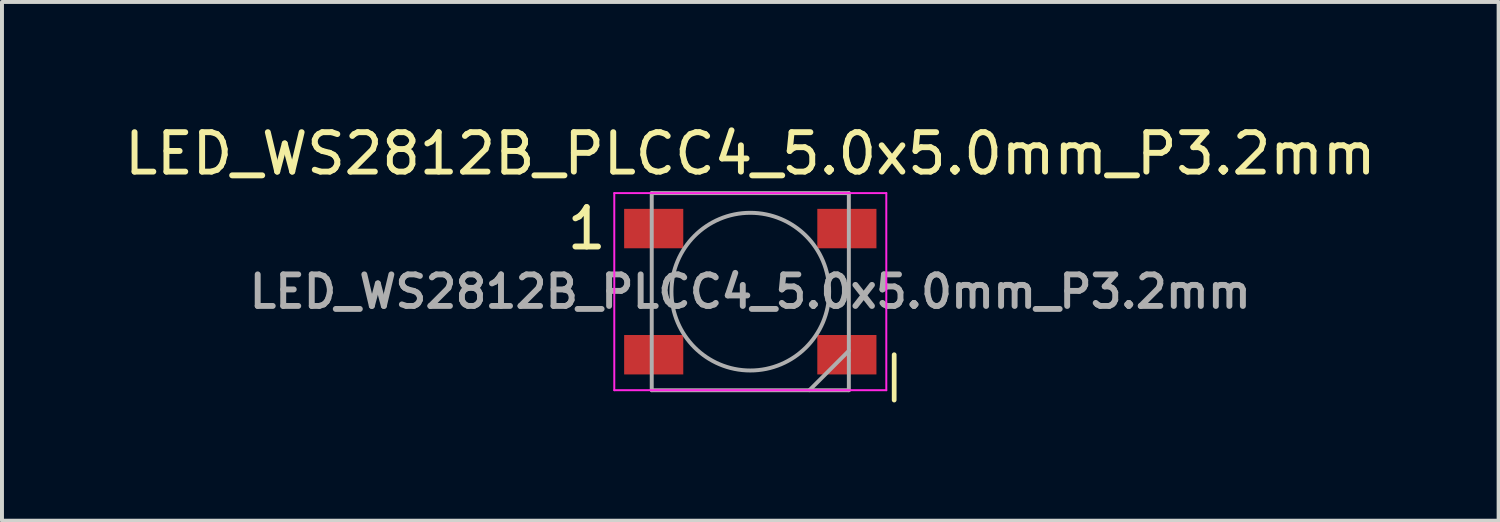
<source format=kicad_pcb>
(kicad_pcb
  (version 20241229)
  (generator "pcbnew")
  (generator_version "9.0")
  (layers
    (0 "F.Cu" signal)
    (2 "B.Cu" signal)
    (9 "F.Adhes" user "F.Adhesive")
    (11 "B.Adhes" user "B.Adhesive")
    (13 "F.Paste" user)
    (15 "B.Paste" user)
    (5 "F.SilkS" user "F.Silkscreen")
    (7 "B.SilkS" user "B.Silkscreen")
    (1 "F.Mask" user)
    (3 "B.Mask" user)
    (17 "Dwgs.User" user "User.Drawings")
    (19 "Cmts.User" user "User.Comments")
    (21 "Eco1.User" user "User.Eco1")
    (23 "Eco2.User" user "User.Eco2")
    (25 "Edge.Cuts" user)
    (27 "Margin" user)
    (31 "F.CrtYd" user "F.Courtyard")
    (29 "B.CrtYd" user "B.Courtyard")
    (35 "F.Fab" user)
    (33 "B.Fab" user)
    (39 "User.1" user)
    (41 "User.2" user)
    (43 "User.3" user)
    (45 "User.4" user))
  (footprint "LED_WS2812B_PLCC4_5.0x5.0mm_P3.2mm"
    (layer "F.Cu")
    (at 15.982 4.348)
    (property "Reference" "LED_WS2812B_PLCC4_5.0x5.0mm_P3.2mm" (at 0 -3.5 0) (layer "F.SilkS") (effects (font (size 1 1) (thickness 0.15))))
    (attr smd)
    (fp_line (start 3.65 2.75) (end 3.65 1.6) (stroke (width 0.12) (type solid)) (layer "F.SilkS"))
    (fp_line (start -3.45 -2.5) (end -3.45 2.5) (stroke (width 0.05) (type solid)) (layer "F.CrtYd"))
    (fp_line (start -3.45 2.5) (end 3.45 2.5) (stroke (width 0.05) (type solid)) (layer "F.CrtYd"))
    (fp_line (start 3.45 -2.5) (end -3.45 -2.5) (stroke (width 0.05) (type solid)) (layer "F.CrtYd"))
    (fp_line (start 3.45 2.5) (end 3.45 -2.5) (stroke (width 0.05) (type solid)) (layer "F.CrtYd"))
    (fp_line (start -2.5 -2.5) (end -2.5 2.5) (stroke (width 0.1) (type solid)) (layer "F.Fab"))
    (fp_line (start -2.5 2.5) (end 2.5 2.5) (stroke (width 0.1) (type solid)) (layer "F.Fab"))
    (fp_line (start 2.5 -2.5) (end -2.5 -2.5) (stroke (width 0.1) (type solid)) (layer "F.Fab"))
    (fp_line (start 2.5 1.5) (end 1.5 2.5) (stroke (width 0.1) (type solid)) (layer "F.Fab"))
    (fp_line (start 2.5 2.5) (end 2.5 -2.5) (stroke (width 0.1) (type solid)) (layer "F.Fab"))
    (fp_circle (center 0 0) (end 0 -2) (stroke (width 0.1) (type solid)) (fill no) (layer "F.Fab"))
    (fp_text user "1" (at -4.15 -1.6 0) (layer "F.SilkS") (effects (font (size 1 1) (thickness 0.15))))
    (fp_text user "${REFERENCE}" (at 0 0 0) (layer "F.Fab") (effects (font (size 0.8 0.8) (thickness 0.15))))
    (pad "1" smd rect (at -2.45 -1.6) (size 1.5 1) (layers "F.Cu" "F.Mask" "F.Paste"))
    (pad "2" smd rect (at -2.45 1.6) (size 1.5 1) (layers "F.Cu" "F.Mask" "F.Paste"))
    (pad "3" smd rect (at 2.45 1.6) (size 1.5 1) (layers "F.Cu" "F.Mask" "F.Paste"))
    (pad "4" smd rect (at 2.45 -1.6) (size 1.5 1) (layers "F.Cu" "F.Mask" "F.Paste")))
  (gr_rect
    (start -3 -3)
    (end 34.964 10.158)
    (stroke (width 0.1) (type default))
    (fill no)
    (layer "Edge.Cuts")))
</source>
